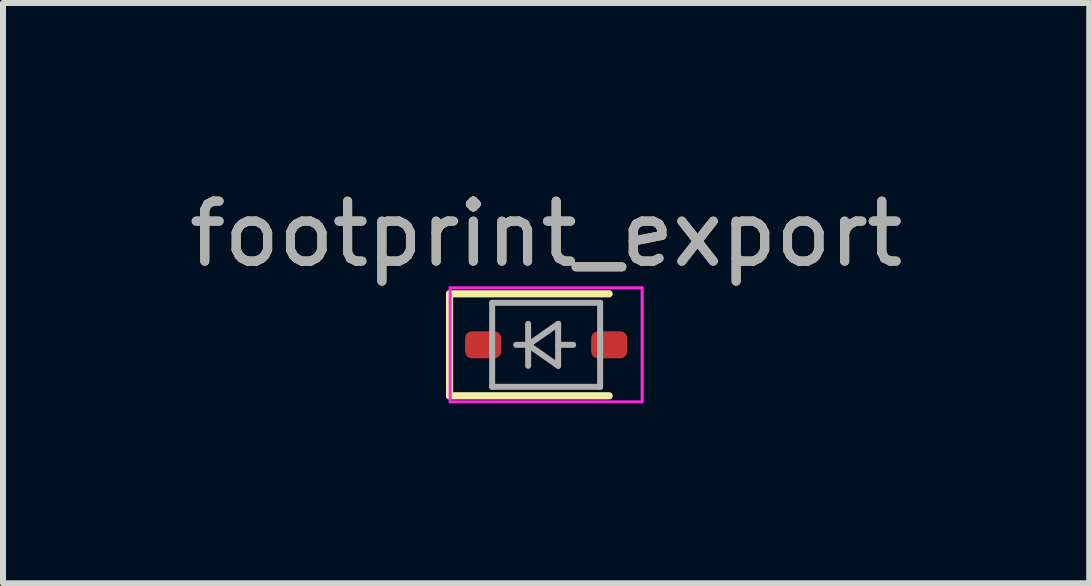
<source format=kicad_pcb>
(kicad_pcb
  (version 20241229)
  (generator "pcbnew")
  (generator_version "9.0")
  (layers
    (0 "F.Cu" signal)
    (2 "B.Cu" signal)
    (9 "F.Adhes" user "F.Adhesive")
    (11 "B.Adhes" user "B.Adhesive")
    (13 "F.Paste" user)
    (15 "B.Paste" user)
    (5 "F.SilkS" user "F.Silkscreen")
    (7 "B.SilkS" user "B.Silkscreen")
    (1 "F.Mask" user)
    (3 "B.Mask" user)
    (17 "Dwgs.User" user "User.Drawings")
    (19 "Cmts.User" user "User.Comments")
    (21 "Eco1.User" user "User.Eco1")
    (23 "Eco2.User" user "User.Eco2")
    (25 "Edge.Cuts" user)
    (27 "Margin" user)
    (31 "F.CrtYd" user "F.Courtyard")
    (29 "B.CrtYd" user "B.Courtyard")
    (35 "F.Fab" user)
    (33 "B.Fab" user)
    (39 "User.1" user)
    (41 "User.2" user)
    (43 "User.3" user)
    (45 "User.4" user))
  (footprint "footprint_export"
    (layer "F.Cu")
    (at 6.054 2.698)
    (property "Reference" "footprint_export" (at 0 -1.85 0) (layer "F.SilkS") (effects (font (size 1 1) (thickness 0.15))))
    (attr smd)
    (fp_line (start -1.61 -0.85) (end -1.61 0.85) (stroke (width 0.12) (type solid)) (layer "F.SilkS"))
    (fp_line (start -1.61 -0.85) (end 1.05 -0.85) (stroke (width 0.12) (type solid)) (layer "F.SilkS"))
    (fp_line (start -1.61 0.85) (end 1.05 0.85) (stroke (width 0.12) (type solid)) (layer "F.SilkS"))
    (fp_line (start -1.6 -0.95) (end -1.6 0.95) (stroke (width 0.05) (type solid)) (layer "F.CrtYd"))
    (fp_line (start -1.6 -0.95) (end 1.6 -0.95) (stroke (width 0.05) (type solid)) (layer "F.CrtYd"))
    (fp_line (start -1.6 0.95) (end 1.6 0.95) (stroke (width 0.05) (type solid)) (layer "F.CrtYd"))
    (fp_line (start 1.6 -0.95) (end 1.6 0.95) (stroke (width 0.05) (type solid)) (layer "F.CrtYd"))
    (fp_line (start -0.9 -0.7) (end 0.9 -0.7) (stroke (width 0.1) (type solid)) (layer "F.Fab"))
    (fp_line (start -0.9 0.7) (end -0.9 -0.7) (stroke (width 0.1) (type solid)) (layer "F.Fab"))
    (fp_line (start -0.3 -0.35) (end -0.3 0.35) (stroke (width 0.1) (type solid)) (layer "F.Fab"))
    (fp_line (start -0.3 0) (end -0.5 0) (stroke (width 0.1) (type solid)) (layer "F.Fab"))
    (fp_line (start -0.3 0) (end 0.2 -0.35) (stroke (width 0.1) (type solid)) (layer "F.Fab"))
    (fp_line (start 0.2 -0.35) (end 0.2 0.35) (stroke (width 0.1) (type solid)) (layer "F.Fab"))
    (fp_line (start 0.2 0) (end 0.45 0) (stroke (width 0.1) (type solid)) (layer "F.Fab"))
    (fp_line (start 0.2 0.35) (end -0.3 0) (stroke (width 0.1) (type solid)) (layer "F.Fab"))
    (fp_line (start 0.9 -0.7) (end 0.9 0.7) (stroke (width 0.1) (type solid)) (layer "F.Fab"))
    (fp_line (start 0.9 0.7) (end -0.9 0.7) (stroke (width 0.1) (type solid)) (layer "F.Fab"))
    (fp_text user "${REFERENCE}" (at 0 -1.85 0) (layer "F.Fab") (effects (font (size 1 1) (thickness 0.15))))
    (pad "1" smd roundrect (at -1.05 0) (size 0.6 0.45) (layers "F.Cu" "F.Mask" "F.Paste") (roundrect_rratio 0.25))
    (pad "2" smd roundrect (at 1.05 0) (size 0.6 0.45) (layers "F.Cu" "F.Mask" "F.Paste") (roundrect_rratio 0.25)))
  (gr_rect
    (start -3 -3)
    (end 15.107 6.673)
    (stroke (width 0.1) (type default))
    (fill no)
    (layer "Edge.Cuts")))
</source>
